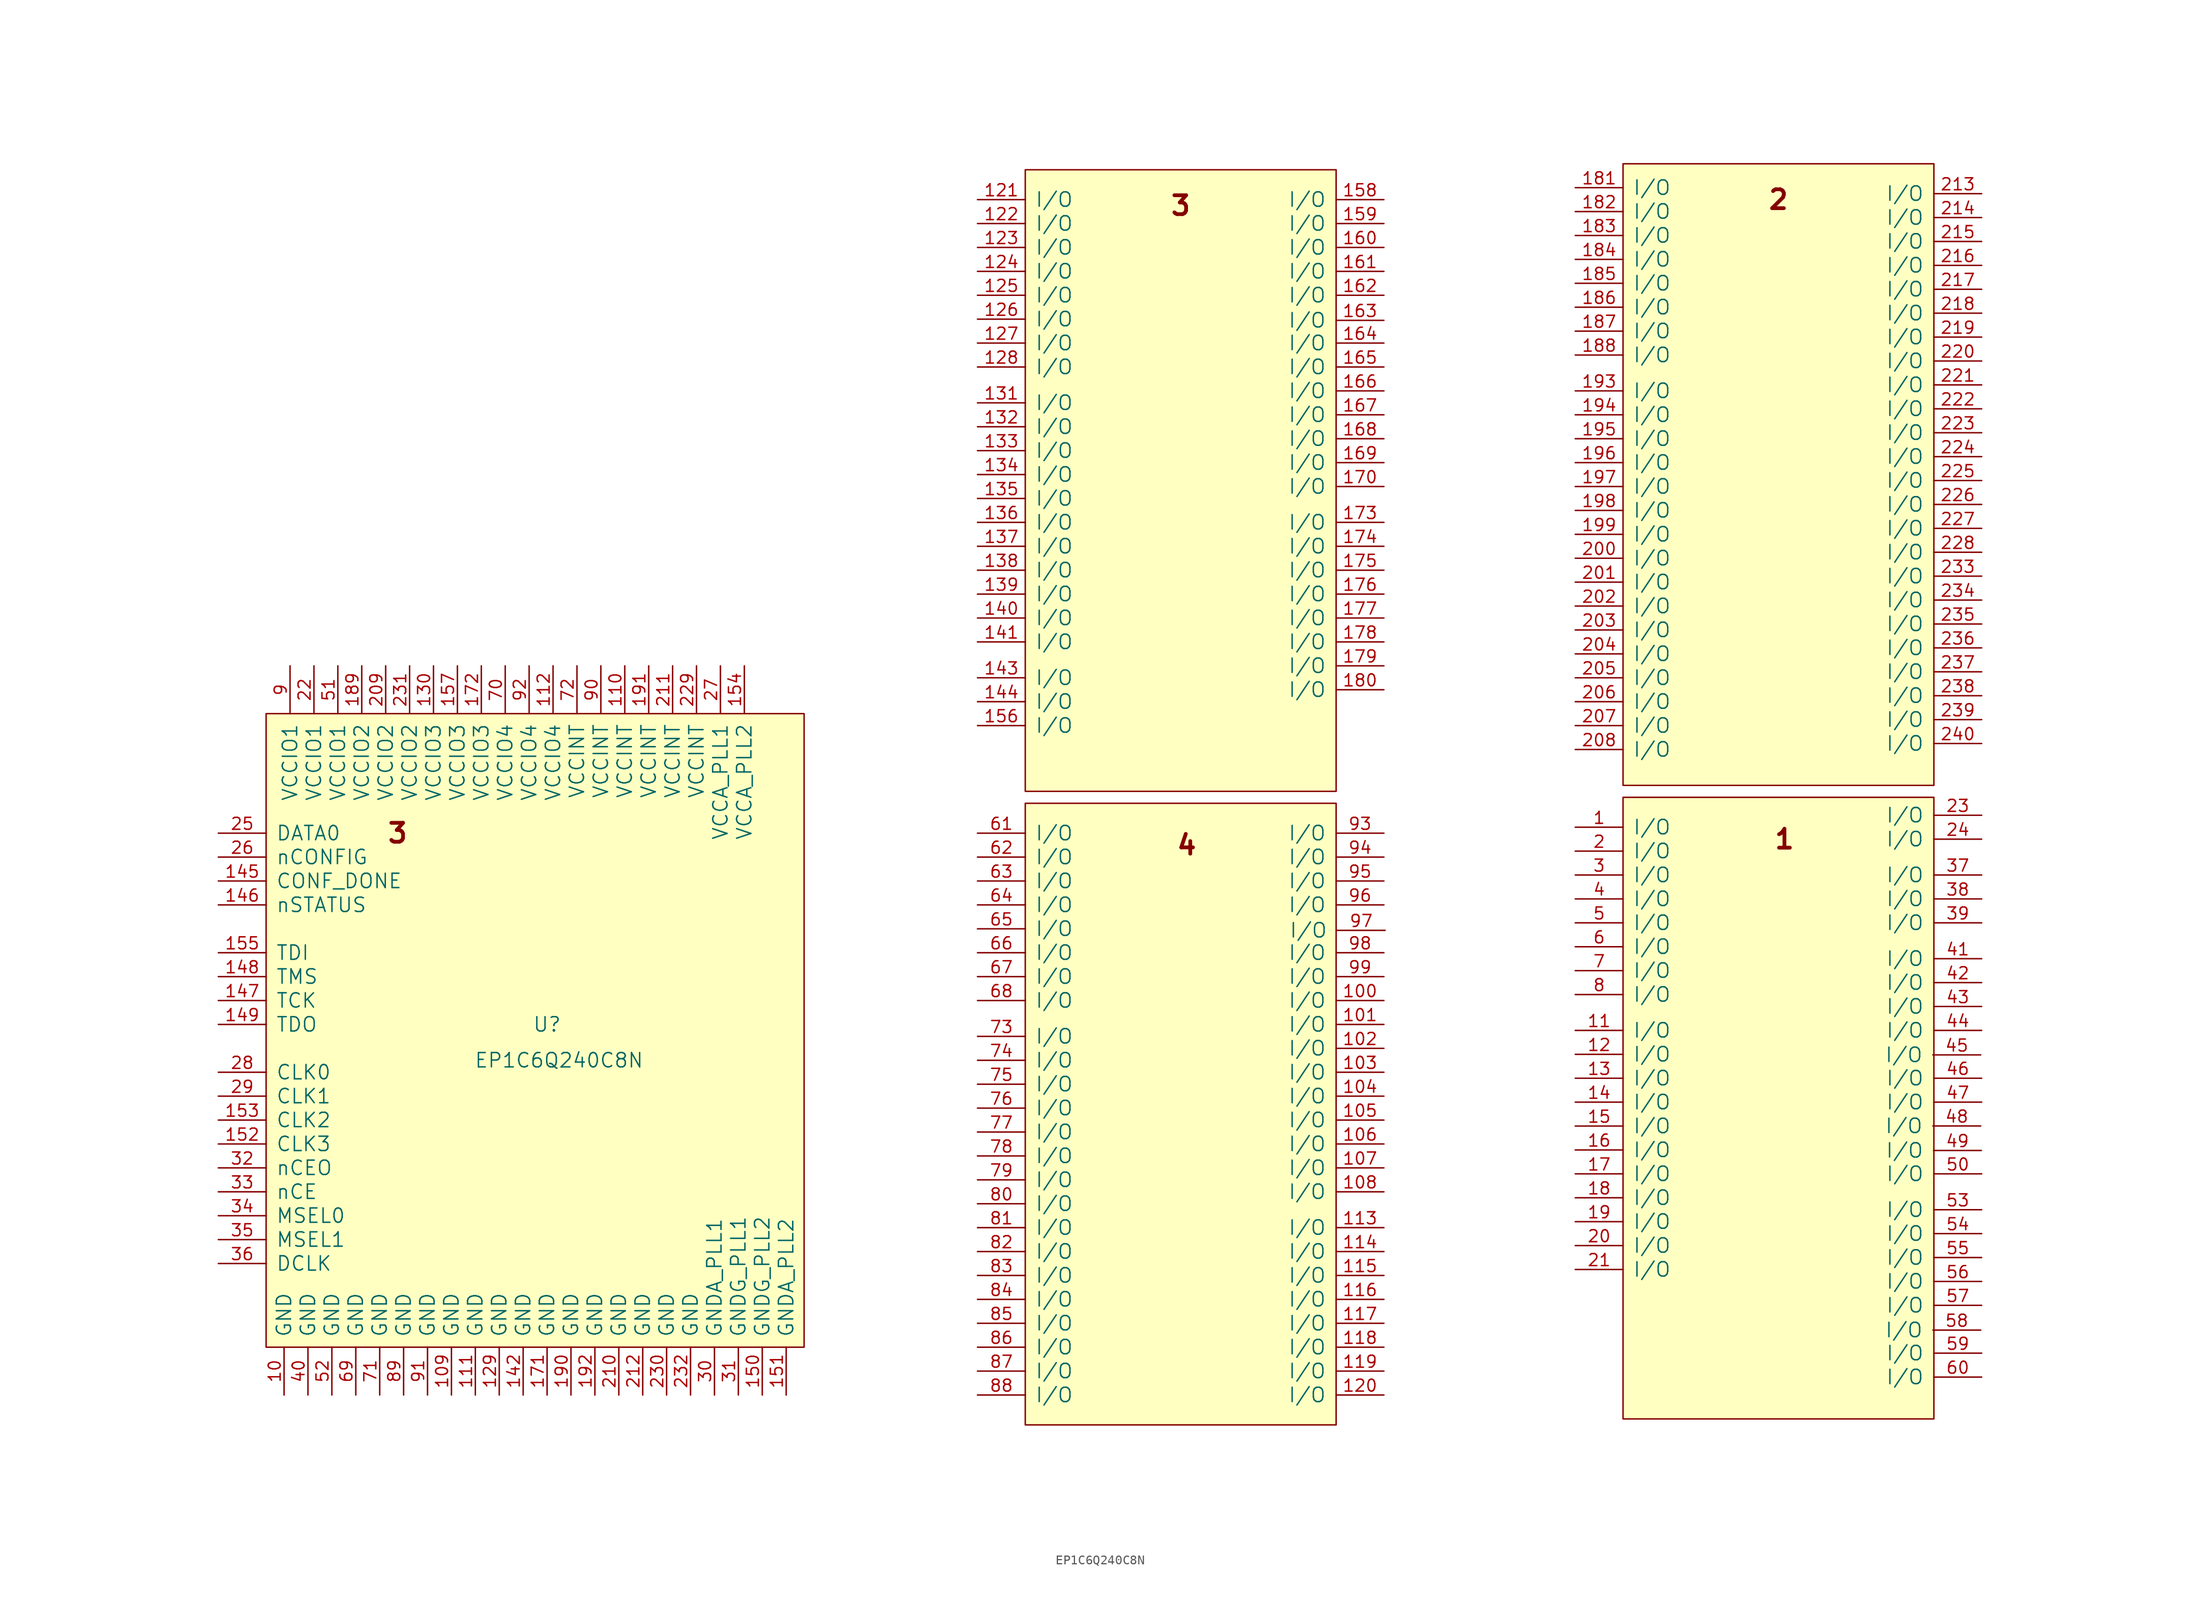
<source format=kicad_sym>
(kicad_symbol_lib
  (version 20211014)
  (generator kicad_symbol_editor)
  (symbol "EP1C6Q240C8N"
    (pin_names
      (offset 1.016))
    (property "Reference" "U"
      (at 6.985 11.43 0)
      (effects (font (size 1.524 1.524))))
    (property "Value" "EP1C6Q240C8N"
      (at 8.255 7.62 0)
      (effects (font (size 1.524 1.524))))
    (property "Footprint" ""
      (at -1.27 -19.05 0)
      (effects (font (size 1.524 1.524))))
    (symbol "EP1C6Q240C8N_0_0"
      (rectangle (start -22.86 44.45) (end 34.29 -22.86) (stroke (width 0) (type default) (color 0 0 0 0)) (fill (type background)))
      (rectangle (start 57.785 34.925) (end 90.805 -31.115) (stroke (width 0) (type default) (color 0 0 0 0)) (fill (type background)))
      (rectangle (start 57.785 102.235) (end 90.805 36.195) (stroke (width 0) (type default) (color 0 0 0 0)) (fill (type background)))
      (rectangle (start 121.285 35.56) (end 154.305 -30.48) (stroke (width 0) (type default) (color 0 0 0 0)) (fill (type background)))
      (rectangle (start 121.285 102.87) (end 154.305 36.83) (stroke (width 0) (type default) (color 0 0 0 0)) (fill (type background)))
      (text "" (at -15.875 -25.4 0) (effects (font (size 1.27 1.27))))
      (text "1" (at 138.43 31.115 0) (effects (font (size 2.007 2.007) bold)))
      (text "2" (at 137.795 99.06 0) (effects (font (size 2.007 2.007) bold)))
      (text "3" (at -8.89 31.75 0) (effects (font (size 2.007 2.007) bold)))
      (text "3" (at 74.295 98.425 0) (effects (font (size 2.007 2.007) bold)))
      (text "4" (at 74.93 30.48 0) (effects (font (size 2.007 2.007) bold))))
    (symbol "EP1C6Q240C8N_1_1"
      (pin bidirectional line (at 116.205 32.385 0) (length 5.08) (name "I/O" (effects (font (size 1.524 1.524)))) (number "1" (effects (font (size 1.27 1.27)))))
      (pin power_in line (at -20.955 -27.94 90) (length 5.08) (name "GND" (effects (font (size 1.524 1.524)))) (number "10" (effects (font (size 1.27 1.27)))))
      (pin bidirectional line (at 95.885 13.97 180) (length 5.08) (name "I/O" (effects (font (size 1.524 1.524)))) (number "100" (effects (font (size 1.27 1.27)))))
      (pin bidirectional line (at 95.885 11.43 180) (length 5.08) (name "I/O" (effects (font (size 1.524 1.524)))) (number "101" (effects (font (size 1.27 1.27)))))
      (pin bidirectional line (at 95.885 8.89 180) (length 5.08) (name "I/O" (effects (font (size 1.524 1.524)))) (number "102" (effects (font (size 1.27 1.27)))))
      (pin bidirectional line (at 95.885 6.35 180) (length 5.08) (name "I/O" (effects (font (size 1.524 1.524)))) (number "103" (effects (font (size 1.27 1.27)))))
      (pin bidirectional line (at 95.885 3.81 180) (length 5.08) (name "I/O" (effects (font (size 1.524 1.524)))) (number "104" (effects (font (size 1.27 1.27)))))
      (pin bidirectional line (at 95.885 1.27 180) (length 5.08) (name "I/O" (effects (font (size 1.524 1.524)))) (number "105" (effects (font (size 1.27 1.27)))))
      (pin bidirectional line (at 95.885 -1.27 180) (length 5.08) (name "I/O" (effects (font (size 1.524 1.524)))) (number "106" (effects (font (size 1.27 1.27)))))
      (pin bidirectional line (at 95.885 -3.81 180) (length 5.08) (name "I/O" (effects (font (size 1.524 1.524)))) (number "107" (effects (font (size 1.27 1.27)))))
      (pin bidirectional line (at 95.885 -6.35 180) (length 5.08) (name "I/O" (effects (font (size 1.524 1.524)))) (number "108" (effects (font (size 1.27 1.27)))))
      (pin power_in line (at -3.175 -27.94 90) (length 5.08) (name "GND" (effects (font (size 1.524 1.524)))) (number "109" (effects (font (size 1.27 1.27)))))
      (pin bidirectional line (at 116.205 10.795 0) (length 5.08) (name "I/O" (effects (font (size 1.524 1.524)))) (number "11" (effects (font (size 1.27 1.27)))))
      (pin power_in line (at 15.24 49.53 270) (length 5.08) (name "VCCINT" (effects (font (size 1.524 1.524)))) (number "110" (effects (font (size 1.27 1.27)))))
      (pin power_in line (at -0.635 -27.94 90) (length 5.08) (name "GND" (effects (font (size 1.524 1.524)))) (number "111" (effects (font (size 1.27 1.27)))))
      (pin power_in line (at 7.62 49.53 270) (length 5.08) (name "VCCIO4" (effects (font (size 1.524 1.524)))) (number "112" (effects (font (size 1.27 1.27)))))
      (pin bidirectional line (at 95.885 -10.16 180) (length 5.08) (name "I/O" (effects (font (size 1.524 1.524)))) (number "113" (effects (font (size 1.27 1.27)))))
      (pin bidirectional line (at 95.885 -12.7 180) (length 5.08) (name "I/O" (effects (font (size 1.524 1.524)))) (number "114" (effects (font (size 1.27 1.27)))))
      (pin bidirectional line (at 95.885 -15.24 180) (length 5.08) (name "I/O" (effects (font (size 1.524 1.524)))) (number "115" (effects (font (size 1.27 1.27)))))
      (pin bidirectional line (at 95.885 -17.78 180) (length 5.08) (name "I/O" (effects (font (size 1.524 1.524)))) (number "116" (effects (font (size 1.27 1.27)))))
      (pin bidirectional line (at 95.885 -20.32 180) (length 5.08) (name "I/O" (effects (font (size 1.524 1.524)))) (number "117" (effects (font (size 1.27 1.27)))))
      (pin bidirectional line (at 95.885 -22.86 180) (length 5.08) (name "I/O" (effects (font (size 1.524 1.524)))) (number "118" (effects (font (size 1.27 1.27)))))
      (pin bidirectional line (at 95.885 -25.4 180) (length 5.08) (name "I/O" (effects (font (size 1.524 1.524)))) (number "119" (effects (font (size 1.27 1.27)))))
      (pin bidirectional line (at 116.205 8.255 0) (length 5.08) (name "I/O" (effects (font (size 1.524 1.524)))) (number "12" (effects (font (size 1.27 1.27)))))
      (pin bidirectional line (at 95.885 -27.94 180) (length 5.08) (name "I/O" (effects (font (size 1.524 1.524)))) (number "120" (effects (font (size 1.27 1.27)))))
      (pin bidirectional line (at 52.705 99.06 0) (length 5.08) (name "I/O" (effects (font (size 1.524 1.524)))) (number "121" (effects (font (size 1.27 1.27)))))
      (pin bidirectional line (at 52.705 96.52 0) (length 5.08) (name "I/O" (effects (font (size 1.524 1.524)))) (number "122" (effects (font (size 1.27 1.27)))))
      (pin bidirectional line (at 52.705 93.98 0) (length 5.08) (name "I/O" (effects (font (size 1.524 1.524)))) (number "123" (effects (font (size 1.27 1.27)))))
      (pin bidirectional line (at 52.705 91.44 0) (length 5.08) (name "I/O" (effects (font (size 1.524 1.524)))) (number "124" (effects (font (size 1.27 1.27)))))
      (pin bidirectional line (at 52.705 88.9 0) (length 5.08) (name "I/O" (effects (font (size 1.524 1.524)))) (number "125" (effects (font (size 1.27 1.27)))))
      (pin bidirectional line (at 52.705 86.36 0) (length 5.08) (name "I/O" (effects (font (size 1.524 1.524)))) (number "126" (effects (font (size 1.27 1.27)))))
      (pin bidirectional line (at 52.705 83.82 0) (length 5.08) (name "I/O" (effects (font (size 1.524 1.524)))) (number "127" (effects (font (size 1.27 1.27)))))
      (pin bidirectional line (at 52.705 81.28 0) (length 5.08) (name "I/O" (effects (font (size 1.524 1.524)))) (number "128" (effects (font (size 1.27 1.27)))))
      (pin power_in line (at 1.905 -27.94 90) (length 5.08) (name "GND" (effects (font (size 1.524 1.524)))) (number "129" (effects (font (size 1.27 1.27)))))
      (pin bidirectional line (at 116.205 5.715 0) (length 5.08) (name "I/O" (effects (font (size 1.524 1.524)))) (number "13" (effects (font (size 1.27 1.27)))))
      (pin power_in line (at -5.08 49.53 270) (length 5.08) (name "VCCIO3" (effects (font (size 1.524 1.524)))) (number "130" (effects (font (size 1.27 1.27)))))
      (pin bidirectional line (at 52.705 77.47 0) (length 5.08) (name "I/O" (effects (font (size 1.524 1.524)))) (number "131" (effects (font (size 1.27 1.27)))))
      (pin bidirectional line (at 52.705 74.93 0) (length 5.08) (name "I/O" (effects (font (size 1.524 1.524)))) (number "132" (effects (font (size 1.27 1.27)))))
      (pin bidirectional line (at 52.705 72.39 0) (length 5.08) (name "I/O" (effects (font (size 1.524 1.524)))) (number "133" (effects (font (size 1.27 1.27)))))
      (pin bidirectional line (at 52.705 69.85 0) (length 5.08) (name "I/O" (effects (font (size 1.524 1.524)))) (number "134" (effects (font (size 1.27 1.27)))))
      (pin bidirectional line (at 52.705 67.31 0) (length 5.08) (name "I/O" (effects (font (size 1.524 1.524)))) (number "135" (effects (font (size 1.27 1.27)))))
      (pin bidirectional line (at 52.705 64.77 0) (length 5.08) (name "I/O" (effects (font (size 1.524 1.524)))) (number "136" (effects (font (size 1.27 1.27)))))
      (pin bidirectional line (at 52.705 62.23 0) (length 5.08) (name "I/O" (effects (font (size 1.524 1.524)))) (number "137" (effects (font (size 1.27 1.27)))))
      (pin bidirectional line (at 52.705 59.69 0) (length 5.08) (name "I/O" (effects (font (size 1.524 1.524)))) (number "138" (effects (font (size 1.27 1.27)))))
      (pin bidirectional line (at 52.705 57.15 0) (length 5.08) (name "I/O" (effects (font (size 1.524 1.524)))) (number "139" (effects (font (size 1.27 1.27)))))
      (pin bidirectional line (at 116.205 3.175 0) (length 5.08) (name "I/O" (effects (font (size 1.524 1.524)))) (number "14" (effects (font (size 1.27 1.27)))))
      (pin bidirectional line (at 52.705 54.61 0) (length 5.08) (name "I/O" (effects (font (size 1.524 1.524)))) (number "140" (effects (font (size 1.27 1.27)))))
      (pin bidirectional line (at 52.705 52.07 0) (length 5.08) (name "I/O" (effects (font (size 1.524 1.524)))) (number "141" (effects (font (size 1.27 1.27)))))
      (pin power_in line (at 4.445 -27.94 90) (length 5.08) (name "GND" (effects (font (size 1.524 1.524)))) (number "142" (effects (font (size 1.27 1.27)))))
      (pin bidirectional line (at 52.705 48.26 0) (length 5.08) (name "I/O" (effects (font (size 1.524 1.524)))) (number "143" (effects (font (size 1.27 1.27)))))
      (pin bidirectional line (at 52.705 45.72 0) (length 5.08) (name "I/O" (effects (font (size 1.524 1.524)))) (number "144" (effects (font (size 1.27 1.27)))))
      (pin bidirectional line (at -27.94 26.67 0) (length 5.08) (name "CONF_DONE" (effects (font (size 1.524 1.524)))) (number "145" (effects (font (size 1.27 1.27)))))
      (pin bidirectional line (at -27.94 24.13 0) (length 5.08) (name "nSTATUS" (effects (font (size 1.524 1.524)))) (number "146" (effects (font (size 1.27 1.27)))))
      (pin input line (at -27.94 13.97 0) (length 5.08) (name "TCK" (effects (font (size 1.524 1.524)))) (number "147" (effects (font (size 1.27 1.27)))))
      (pin input line (at -27.94 16.51 0) (length 5.08) (name "TMS" (effects (font (size 1.524 1.524)))) (number "148" (effects (font (size 1.27 1.27)))))
      (pin output line (at -27.94 11.43 0) (length 5.08) (name "TDO" (effects (font (size 1.524 1.524)))) (number "149" (effects (font (size 1.27 1.27)))))
      (pin bidirectional line (at 116.205 0.635 0) (length 5.08) (name "I/O" (effects (font (size 1.524 1.524)))) (number "15" (effects (font (size 1.27 1.27)))))
      (pin power_in line (at 29.845 -27.94 90) (length 5.08) (name "GNDG_PLL2" (effects (font (size 1.524 1.524)))) (number "150" (effects (font (size 1.27 1.27)))))
      (pin power_in line (at 32.385 -27.94 90) (length 5.08) (name "GNDA_PLL2" (effects (font (size 1.524 1.524)))) (number "151" (effects (font (size 1.27 1.27)))))
      (pin input line (at -27.94 -1.27 0) (length 5.08) (name "CLK3" (effects (font (size 1.524 1.524)))) (number "152" (effects (font (size 1.27 1.27)))))
      (pin input line (at -27.94 1.27 0) (length 5.08) (name "CLK2" (effects (font (size 1.524 1.524)))) (number "153" (effects (font (size 1.27 1.27)))))
      (pin power_in line (at 27.94 49.53 270) (length 5.08) (name "VCCA_PLL2" (effects (font (size 1.524 1.524)))) (number "154" (effects (font (size 1.27 1.27)))))
      (pin input line (at -27.94 19.05 0) (length 5.08) (name "TDI" (effects (font (size 1.524 1.524)))) (number "155" (effects (font (size 1.27 1.27)))))
      (pin bidirectional line (at 52.705 43.18 0) (length 5.08) (name "I/O" (effects (font (size 1.524 1.524)))) (number "156" (effects (font (size 1.27 1.27)))))
      (pin power_in line (at -2.54 49.53 270) (length 5.08) (name "VCCIO3" (effects (font (size 1.524 1.524)))) (number "157" (effects (font (size 1.27 1.27)))))
      (pin bidirectional line (at 95.885 99.06 180) (length 5.08) (name "I/O" (effects (font (size 1.524 1.524)))) (number "158" (effects (font (size 1.27 1.27)))))
      (pin bidirectional line (at 95.885 96.52 180) (length 5.08) (name "I/O" (effects (font (size 1.524 1.524)))) (number "159" (effects (font (size 1.27 1.27)))))
      (pin bidirectional line (at 116.205 -1.905 0) (length 5.08) (name "I/O" (effects (font (size 1.524 1.524)))) (number "16" (effects (font (size 1.27 1.27)))))
      (pin bidirectional line (at 95.885 93.98 180) (length 5.08) (name "I/O" (effects (font (size 1.524 1.524)))) (number "160" (effects (font (size 1.27 1.27)))))
      (pin bidirectional line (at 95.885 91.44 180) (length 5.08) (name "I/O" (effects (font (size 1.524 1.524)))) (number "161" (effects (font (size 1.27 1.27)))))
      (pin bidirectional line (at 95.885 88.9 180) (length 5.08) (name "I/O" (effects (font (size 1.524 1.524)))) (number "162" (effects (font (size 1.27 1.27)))))
      (pin bidirectional line (at 95.883 86.232 180) (length 5.08) (name "I/O" (effects (font (size 1.524 1.524)))) (number "163" (effects (font (size 1.27 1.27)))))
      (pin bidirectional line (at 95.885 83.82 180) (length 5.08) (name "I/O" (effects (font (size 1.524 1.524)))) (number "164" (effects (font (size 1.27 1.27)))))
      (pin bidirectional line (at 95.885 81.28 180) (length 5.08) (name "I/O" (effects (font (size 1.524 1.524)))) (number "165" (effects (font (size 1.27 1.27)))))
      (pin bidirectional line (at 95.885 78.74 180) (length 5.08) (name "I/O" (effects (font (size 1.524 1.524)))) (number "166" (effects (font (size 1.27 1.27)))))
      (pin bidirectional line (at 95.885 76.2 180) (length 5.08) (name "I/O" (effects (font (size 1.524 1.524)))) (number "167" (effects (font (size 1.27 1.27)))))
      (pin bidirectional line (at 95.885 73.66 180) (length 5.08) (name "I/O" (effects (font (size 1.524 1.524)))) (number "168" (effects (font (size 1.27 1.27)))))
      (pin bidirectional line (at 95.885 71.12 180) (length 5.08) (name "I/O" (effects (font (size 1.524 1.524)))) (number "169" (effects (font (size 1.27 1.27)))))
      (pin bidirectional line (at 116.205 -4.445 0) (length 5.08) (name "I/O" (effects (font (size 1.524 1.524)))) (number "17" (effects (font (size 1.27 1.27)))))
      (pin bidirectional line (at 95.885 68.58 180) (length 5.08) (name "I/O" (effects (font (size 1.524 1.524)))) (number "170" (effects (font (size 1.27 1.27)))))
      (pin power_in line (at 6.985 -27.94 90) (length 5.08) (name "GND" (effects (font (size 1.524 1.524)))) (number "171" (effects (font (size 1.27 1.27)))))
      (pin power_in line (at 0 49.53 270) (length 5.08) (name "VCCIO3" (effects (font (size 1.524 1.524)))) (number "172" (effects (font (size 1.27 1.27)))))
      (pin bidirectional line (at 95.885 64.77 180) (length 5.08) (name "I/O" (effects (font (size 1.524 1.524)))) (number "173" (effects (font (size 1.27 1.27)))))
      (pin bidirectional line (at 95.885 62.23 180) (length 5.08) (name "I/O" (effects (font (size 1.524 1.524)))) (number "174" (effects (font (size 1.27 1.27)))))
      (pin bidirectional line (at 95.885 59.69 180) (length 5.08) (name "I/O" (effects (font (size 1.524 1.524)))) (number "175" (effects (font (size 1.27 1.27)))))
      (pin bidirectional line (at 95.885 57.15 180) (length 5.08) (name "I/O" (effects (font (size 1.524 1.524)))) (number "176" (effects (font (size 1.27 1.27)))))
      (pin bidirectional line (at 95.885 54.61 180) (length 5.08) (name "I/O" (effects (font (size 1.524 1.524)))) (number "177" (effects (font (size 1.27 1.27)))))
      (pin bidirectional line (at 95.885 52.07 180) (length 5.08) (name "I/O" (effects (font (size 1.524 1.524)))) (number "178" (effects (font (size 1.27 1.27)))))
      (pin bidirectional line (at 95.885 49.53 180) (length 5.08) (name "I/O" (effects (font (size 1.524 1.524)))) (number "179" (effects (font (size 1.27 1.27)))))
      (pin bidirectional line (at 116.205 -6.985 0) (length 5.08) (name "I/O" (effects (font (size 1.524 1.524)))) (number "18" (effects (font (size 1.27 1.27)))))
      (pin bidirectional line (at 95.885 46.99 180) (length 5.08) (name "I/O" (effects (font (size 1.524 1.524)))) (number "180" (effects (font (size 1.27 1.27)))))
      (pin bidirectional line (at 116.205 100.33 0) (length 5.08) (name "I/O" (effects (font (size 1.524 1.524)))) (number "181" (effects (font (size 1.27 1.27)))))
      (pin bidirectional line (at 116.205 97.79 0) (length 5.08) (name "I/O" (effects (font (size 1.524 1.524)))) (number "182" (effects (font (size 1.27 1.27)))))
      (pin bidirectional line (at 116.205 95.25 0) (length 5.08) (name "I/O" (effects (font (size 1.524 1.524)))) (number "183" (effects (font (size 1.27 1.27)))))
      (pin bidirectional line (at 116.205 92.71 0) (length 5.08) (name "I/O" (effects (font (size 1.524 1.524)))) (number "184" (effects (font (size 1.27 1.27)))))
      (pin bidirectional line (at 116.205 90.17 0) (length 5.08) (name "I/O" (effects (font (size 1.524 1.524)))) (number "185" (effects (font (size 1.27 1.27)))))
      (pin bidirectional line (at 116.205 87.63 0) (length 5.08) (name "I/O" (effects (font (size 1.524 1.524)))) (number "186" (effects (font (size 1.27 1.27)))))
      (pin bidirectional line (at 116.205 85.09 0) (length 5.08) (name "I/O" (effects (font (size 1.524 1.524)))) (number "187" (effects (font (size 1.27 1.27)))))
      (pin bidirectional line (at 116.205 82.55 0) (length 5.08) (name "I/O" (effects (font (size 1.524 1.524)))) (number "188" (effects (font (size 1.27 1.27)))))
      (pin power_in line (at -12.7 49.53 270) (length 5.08) (name "VCCIO2" (effects (font (size 1.524 1.524)))) (number "189" (effects (font (size 1.27 1.27)))))
      (pin bidirectional line (at 116.205 -9.525 0) (length 5.08) (name "I/O" (effects (font (size 1.524 1.524)))) (number "19" (effects (font (size 1.27 1.27)))))
      (pin power_in line (at 9.525 -27.94 90) (length 5.08) (name "GND" (effects (font (size 1.524 1.524)))) (number "190" (effects (font (size 1.27 1.27)))))
      (pin power_in line (at 17.78 49.53 270) (length 5.08) (name "VCCINT" (effects (font (size 1.524 1.524)))) (number "191" (effects (font (size 1.27 1.27)))))
      (pin power_in line (at 12.065 -27.94 90) (length 5.08) (name "GND" (effects (font (size 1.524 1.524)))) (number "192" (effects (font (size 1.27 1.27)))))
      (pin bidirectional line (at 116.205 78.74 0) (length 5.08) (name "I/O" (effects (font (size 1.524 1.524)))) (number "193" (effects (font (size 1.27 1.27)))))
      (pin bidirectional line (at 116.205 76.2 0) (length 5.08) (name "I/O" (effects (font (size 1.524 1.524)))) (number "194" (effects (font (size 1.27 1.27)))))
      (pin bidirectional line (at 116.205 73.66 0) (length 5.08) (name "I/O" (effects (font (size 1.524 1.524)))) (number "195" (effects (font (size 1.27 1.27)))))
      (pin bidirectional line (at 116.205 71.12 0) (length 5.08) (name "I/O" (effects (font (size 1.524 1.524)))) (number "196" (effects (font (size 1.27 1.27)))))
      (pin bidirectional line (at 116.205 68.58 0) (length 5.08) (name "I/O" (effects (font (size 1.524 1.524)))) (number "197" (effects (font (size 1.27 1.27)))))
      (pin bidirectional line (at 116.205 66.04 0) (length 5.08) (name "I/O" (effects (font (size 1.524 1.524)))) (number "198" (effects (font (size 1.27 1.27)))))
      (pin bidirectional line (at 116.205 63.5 0) (length 5.08) (name "I/O" (effects (font (size 1.524 1.524)))) (number "199" (effects (font (size 1.27 1.27)))))
      (pin bidirectional line (at 116.205 29.845 0) (length 5.08) (name "I/O" (effects (font (size 1.524 1.524)))) (number "2" (effects (font (size 1.27 1.27)))))
      (pin bidirectional line (at 116.205 -12.065 0) (length 5.08) (name "I/O" (effects (font (size 1.524 1.524)))) (number "20" (effects (font (size 1.27 1.27)))))
      (pin bidirectional line (at 116.205 60.96 0) (length 5.08) (name "I/O" (effects (font (size 1.524 1.524)))) (number "200" (effects (font (size 1.27 1.27)))))
      (pin bidirectional line (at 116.205 58.42 0) (length 5.08) (name "I/O" (effects (font (size 1.524 1.524)))) (number "201" (effects (font (size 1.27 1.27)))))
      (pin bidirectional line (at 116.205 55.88 0) (length 5.08) (name "I/O" (effects (font (size 1.524 1.524)))) (number "202" (effects (font (size 1.27 1.27)))))
      (pin bidirectional line (at 116.205 53.34 0) (length 5.08) (name "I/O" (effects (font (size 1.524 1.524)))) (number "203" (effects (font (size 1.27 1.27)))))
      (pin bidirectional line (at 116.205 50.8 0) (length 5.08) (name "I/O" (effects (font (size 1.524 1.524)))) (number "204" (effects (font (size 1.27 1.27)))))
      (pin bidirectional line (at 116.205 48.26 0) (length 5.08) (name "I/O" (effects (font (size 1.524 1.524)))) (number "205" (effects (font (size 1.27 1.27)))))
      (pin bidirectional line (at 116.205 45.72 0) (length 5.08) (name "I/O" (effects (font (size 1.524 1.524)))) (number "206" (effects (font (size 1.27 1.27)))))
      (pin bidirectional line (at 116.205 43.18 0) (length 5.08) (name "I/O" (effects (font (size 1.524 1.524)))) (number "207" (effects (font (size 1.27 1.27)))))
      (pin bidirectional line (at 116.205 40.64 0) (length 5.08) (name "I/O" (effects (font (size 1.524 1.524)))) (number "208" (effects (font (size 1.27 1.27)))))
      (pin power_in line (at -10.16 49.53 270) (length 5.08) (name "VCCIO2" (effects (font (size 1.524 1.524)))) (number "209" (effects (font (size 1.27 1.27)))))
      (pin bidirectional line (at 116.205 -14.605 0) (length 5.08) (name "I/O" (effects (font (size 1.524 1.524)))) (number "21" (effects (font (size 1.27 1.27)))))
      (pin power_in line (at 14.605 -27.94 90) (length 5.08) (name "GND" (effects (font (size 1.524 1.524)))) (number "210" (effects (font (size 1.27 1.27)))))
      (pin power_in line (at 20.32 49.53 270) (length 5.08) (name "VCCINT" (effects (font (size 1.524 1.524)))) (number "211" (effects (font (size 1.27 1.27)))))
      (pin power_in line (at 17.145 -27.94 90) (length 5.08) (name "GND" (effects (font (size 1.524 1.524)))) (number "212" (effects (font (size 1.27 1.27)))))
      (pin bidirectional line (at 159.385 99.695 180) (length 5.08) (name "I/O" (effects (font (size 1.524 1.524)))) (number "213" (effects (font (size 1.27 1.27)))))
      (pin bidirectional line (at 159.385 97.155 180) (length 5.08) (name "I/O" (effects (font (size 1.524 1.524)))) (number "214" (effects (font (size 1.27 1.27)))))
      (pin bidirectional line (at 159.385 94.615 180) (length 5.08) (name "I/O" (effects (font (size 1.524 1.524)))) (number "215" (effects (font (size 1.27 1.27)))))
      (pin bidirectional line (at 159.385 92.075 180) (length 5.08) (name "I/O" (effects (font (size 1.524 1.524)))) (number "216" (effects (font (size 1.27 1.27)))))
      (pin bidirectional line (at 159.385 89.535 180) (length 5.08) (name "I/O" (effects (font (size 1.524 1.524)))) (number "217" (effects (font (size 1.27 1.27)))))
      (pin bidirectional line (at 159.385 86.995 180) (length 5.08) (name "I/O" (effects (font (size 1.524 1.524)))) (number "218" (effects (font (size 1.27 1.27)))))
      (pin bidirectional line (at 159.385 84.455 180) (length 5.08) (name "I/O" (effects (font (size 1.524 1.524)))) (number "219" (effects (font (size 1.27 1.27)))))
      (pin power_in line (at -17.78 49.53 270) (length 5.08) (name "VCCIO1" (effects (font (size 1.524 1.524)))) (number "22" (effects (font (size 1.27 1.27)))))
      (pin bidirectional line (at 159.385 81.915 180) (length 5.08) (name "I/O" (effects (font (size 1.524 1.524)))) (number "220" (effects (font (size 1.27 1.27)))))
      (pin bidirectional line (at 159.385 79.375 180) (length 5.08) (name "I/O" (effects (font (size 1.524 1.524)))) (number "221" (effects (font (size 1.27 1.27)))))
      (pin bidirectional line (at 159.385 76.835 180) (length 5.08) (name "I/O" (effects (font (size 1.524 1.524)))) (number "222" (effects (font (size 1.27 1.27)))))
      (pin bidirectional line (at 159.385 74.295 180) (length 5.08) (name "I/O" (effects (font (size 1.524 1.524)))) (number "223" (effects (font (size 1.27 1.27)))))
      (pin bidirectional line (at 159.385 71.755 180) (length 5.08) (name "I/O" (effects (font (size 1.524 1.524)))) (number "224" (effects (font (size 1.27 1.27)))))
      (pin bidirectional line (at 159.385 69.215 180) (length 5.08) (name "I/O" (effects (font (size 1.524 1.524)))) (number "225" (effects (font (size 1.27 1.27)))))
      (pin bidirectional line (at 159.385 66.675 180) (length 5.08) (name "I/O" (effects (font (size 1.524 1.524)))) (number "226" (effects (font (size 1.27 1.27)))))
      (pin bidirectional line (at 159.385 64.135 180) (length 5.08) (name "I/O" (effects (font (size 1.524 1.524)))) (number "227" (effects (font (size 1.27 1.27)))))
      (pin bidirectional line (at 159.385 61.595 180) (length 5.08) (name "I/O" (effects (font (size 1.524 1.524)))) (number "228" (effects (font (size 1.27 1.27)))))
      (pin power_in line (at 22.86 49.53 270) (length 5.08) (name "VCCINT" (effects (font (size 1.524 1.524)))) (number "229" (effects (font (size 1.27 1.27)))))
      (pin bidirectional line (at 159.385 33.655 180) (length 5.08) (name "I/O" (effects (font (size 1.524 1.524)))) (number "23" (effects (font (size 1.27 1.27)))))
      (pin power_in line (at 19.685 -27.94 90) (length 5.08) (name "GND" (effects (font (size 1.524 1.524)))) (number "230" (effects (font (size 1.27 1.27)))))
      (pin power_in line (at -7.62 49.53 270) (length 5.08) (name "VCCIO2" (effects (font (size 1.524 1.524)))) (number "231" (effects (font (size 1.27 1.27)))))
      (pin power_in line (at 22.225 -27.94 90) (length 5.08) (name "GND" (effects (font (size 1.524 1.524)))) (number "232" (effects (font (size 1.27 1.27)))))
      (pin bidirectional line (at 159.385 59.055 180) (length 5.08) (name "I/O" (effects (font (size 1.524 1.524)))) (number "233" (effects (font (size 1.27 1.27)))))
      (pin bidirectional line (at 159.385 56.515 180) (length 5.08) (name "I/O" (effects (font (size 1.524 1.524)))) (number "234" (effects (font (size 1.27 1.27)))))
      (pin bidirectional line (at 159.385 53.975 180) (length 5.08) (name "I/O" (effects (font (size 1.524 1.524)))) (number "235" (effects (font (size 1.27 1.27)))))
      (pin bidirectional line (at 159.385 51.435 180) (length 5.08) (name "I/O" (effects (font (size 1.524 1.524)))) (number "236" (effects (font (size 1.27 1.27)))))
      (pin bidirectional line (at 159.385 48.895 180) (length 5.08) (name "I/O" (effects (font (size 1.524 1.524)))) (number "237" (effects (font (size 1.27 1.27)))))
      (pin bidirectional line (at 159.385 46.355 180) (length 5.08) (name "I/O" (effects (font (size 1.524 1.524)))) (number "238" (effects (font (size 1.27 1.27)))))
      (pin bidirectional line (at 159.385 43.815 180) (length 5.08) (name "I/O" (effects (font (size 1.524 1.524)))) (number "239" (effects (font (size 1.27 1.27)))))
      (pin bidirectional line (at 159.385 31.115 180) (length 5.08) (name "I/O" (effects (font (size 1.524 1.524)))) (number "24" (effects (font (size 1.27 1.27)))))
      (pin bidirectional line (at 159.385 41.275 180) (length 5.08) (name "I/O" (effects (font (size 1.524 1.524)))) (number "240" (effects (font (size 1.27 1.27)))))
      (pin input line (at -27.94 31.75 0) (length 5.08) (name "DATA0" (effects (font (size 1.524 1.524)))) (number "25" (effects (font (size 1.27 1.27)))))
      (pin input line (at -27.94 29.21 0) (length 5.08) (name "nCONFIG" (effects (font (size 1.524 1.524)))) (number "26" (effects (font (size 1.27 1.27)))))
      (pin power_in line (at 25.4 49.53 270) (length 5.08) (name "VCCA_PLL1" (effects (font (size 1.524 1.524)))) (number "27" (effects (font (size 1.27 1.27)))))
      (pin input line (at -27.94 6.35 0) (length 5.08) (name "CLK0" (effects (font (size 1.524 1.524)))) (number "28" (effects (font (size 1.27 1.27)))))
      (pin input line (at -27.94 3.81 0) (length 5.08) (name "CLK1" (effects (font (size 1.524 1.524)))) (number "29" (effects (font (size 1.27 1.27)))))
      (pin bidirectional line (at 116.205 27.305 0) (length 5.08) (name "I/O" (effects (font (size 1.524 1.524)))) (number "3" (effects (font (size 1.27 1.27)))))
      (pin power_in line (at 24.765 -27.94 90) (length 5.08) (name "GNDA_PLL1" (effects (font (size 1.524 1.524)))) (number "30" (effects (font (size 1.27 1.27)))))
      (pin power_in line (at 27.305 -27.94 90) (length 5.08) (name "GNDG_PLL1" (effects (font (size 1.524 1.524)))) (number "31" (effects (font (size 1.27 1.27)))))
      (pin input line (at -27.94 -3.81 0) (length 5.08) (name "nCEO" (effects (font (size 1.524 1.524)))) (number "32" (effects (font (size 1.27 1.27)))))
      (pin input line (at -27.94 -6.35 0) (length 5.08) (name "nCE" (effects (font (size 1.524 1.524)))) (number "33" (effects (font (size 1.27 1.27)))))
      (pin input line (at -27.94 -8.89 0) (length 5.08) (name "MSEL0" (effects (font (size 1.524 1.524)))) (number "34" (effects (font (size 1.27 1.27)))))
      (pin input line (at -27.94 -11.43 0) (length 5.08) (name "MSEL1" (effects (font (size 1.524 1.524)))) (number "35" (effects (font (size 1.27 1.27)))))
      (pin bidirectional line (at -27.94 -13.97 0) (length 5.08) (name "DCLK" (effects (font (size 1.524 1.524)))) (number "36" (effects (font (size 1.27 1.27)))))
      (pin bidirectional line (at 159.385 27.305 180) (length 5.08) (name "I/O" (effects (font (size 1.524 1.524)))) (number "37" (effects (font (size 1.27 1.27)))))
      (pin bidirectional line (at 159.385 24.765 180) (length 5.08) (name "I/O" (effects (font (size 1.524 1.524)))) (number "38" (effects (font (size 1.27 1.27)))))
      (pin bidirectional line (at 159.385 22.225 180) (length 5.08) (name "I/O" (effects (font (size 1.524 1.524)))) (number "39" (effects (font (size 1.27 1.27)))))
      (pin bidirectional line (at 116.205 24.765 0) (length 5.08) (name "I/O" (effects (font (size 1.524 1.524)))) (number "4" (effects (font (size 1.27 1.27)))))
      (pin power_in line (at -18.415 -27.94 90) (length 5.08) (name "GND" (effects (font (size 1.524 1.524)))) (number "40" (effects (font (size 1.27 1.27)))))
      (pin bidirectional line (at 159.385 18.415 180) (length 5.08) (name "I/O" (effects (font (size 1.524 1.524)))) (number "41" (effects (font (size 1.27 1.27)))))
      (pin bidirectional line (at 159.385 15.875 180) (length 5.08) (name "I/O" (effects (font (size 1.524 1.524)))) (number "42" (effects (font (size 1.27 1.27)))))
      (pin bidirectional line (at 159.385 13.335 180) (length 5.08) (name "I/O" (effects (font (size 1.524 1.524)))) (number "43" (effects (font (size 1.27 1.27)))))
      (pin bidirectional line (at 159.385 10.795 180) (length 5.08) (name "I/O" (effects (font (size 1.524 1.524)))) (number "44" (effects (font (size 1.27 1.27)))))
      (pin bidirectional line (at 159.281 8.193 180) (length 5.08) (name "I/O" (effects (font (size 1.524 1.524)))) (number "45" (effects (font (size 1.27 1.27)))))
      (pin bidirectional line (at 159.385 5.715 180) (length 5.08) (name "I/O" (effects (font (size 1.524 1.524)))) (number "46" (effects (font (size 1.27 1.27)))))
      (pin bidirectional line (at 159.385 3.175 180) (length 5.08) (name "I/O" (effects (font (size 1.524 1.524)))) (number "47" (effects (font (size 1.27 1.27)))))
      (pin bidirectional line (at 159.281 0.646 180) (length 5.08) (name "I/O" (effects (font (size 1.524 1.524)))) (number "48" (effects (font (size 1.27 1.27)))))
      (pin bidirectional line (at 159.35 -1.961 180) (length 5.08) (name "I/O" (effects (font (size 1.524 1.524)))) (number "49" (effects (font (size 1.27 1.27)))))
      (pin bidirectional line (at 116.205 22.225 0) (length 5.08) (name "I/O" (effects (font (size 1.524 1.524)))) (number "5" (effects (font (size 1.27 1.27)))))
      (pin bidirectional line (at 159.385 -4.445 180) (length 5.08) (name "I/O" (effects (font (size 1.524 1.524)))) (number "50" (effects (font (size 1.27 1.27)))))
      (pin power_in line (at -15.24 49.53 270) (length 5.08) (name "VCCIO1" (effects (font (size 1.524 1.524)))) (number "51" (effects (font (size 1.27 1.27)))))
      (pin power_in line (at -15.875 -27.94 90) (length 5.08) (name "GND" (effects (font (size 1.524 1.524)))) (number "52" (effects (font (size 1.27 1.27)))))
      (pin bidirectional line (at 159.385 -8.255 180) (length 5.08) (name "I/O" (effects (font (size 1.524 1.524)))) (number "53" (effects (font (size 1.27 1.27)))))
      (pin bidirectional line (at 159.385 -10.795 180) (length 5.08) (name "I/O" (effects (font (size 1.524 1.524)))) (number "54" (effects (font (size 1.27 1.27)))))
      (pin bidirectional line (at 159.385 -13.335 180) (length 5.08) (name "I/O" (effects (font (size 1.524 1.524)))) (number "55" (effects (font (size 1.27 1.27)))))
      (pin bidirectional line (at 159.385 -15.875 180) (length 5.08) (name "I/O" (effects (font (size 1.524 1.524)))) (number "56" (effects (font (size 1.27 1.27)))))
      (pin bidirectional line (at 159.385 -18.415 180) (length 5.08) (name "I/O" (effects (font (size 1.524 1.524)))) (number "57" (effects (font (size 1.27 1.27)))))
      (pin bidirectional line (at 159.282 -21.044 180) (length 5.08) (name "I/O" (effects (font (size 1.524 1.524)))) (number "58" (effects (font (size 1.27 1.27)))))
      (pin bidirectional line (at 159.385 -23.495 180) (length 5.08) (name "I/O" (effects (font (size 1.524 1.524)))) (number "59" (effects (font (size 1.27 1.27)))))
      (pin bidirectional line (at 116.205 19.685 0) (length 5.08) (name "I/O" (effects (font (size 1.524 1.524)))) (number "6" (effects (font (size 1.27 1.27)))))
      (pin bidirectional line (at 159.385 -26.035 180) (length 5.08) (name "I/O" (effects (font (size 1.524 1.524)))) (number "60" (effects (font (size 1.27 1.27)))))
      (pin bidirectional line (at 52.705 31.75 0) (length 5.08) (name "I/O" (effects (font (size 1.524 1.524)))) (number "61" (effects (font (size 1.27 1.27)))))
      (pin bidirectional line (at 52.705 29.21 0) (length 5.08) (name "I/O" (effects (font (size 1.524 1.524)))) (number "62" (effects (font (size 1.27 1.27)))))
      (pin bidirectional line (at 52.705 26.67 0) (length 5.08) (name "I/O" (effects (font (size 1.524 1.524)))) (number "63" (effects (font (size 1.27 1.27)))))
      (pin bidirectional line (at 52.705 24.13 0) (length 5.08) (name "I/O" (effects (font (size 1.524 1.524)))) (number "64" (effects (font (size 1.27 1.27)))))
      (pin bidirectional line (at 52.705 21.59 0) (length 5.08) (name "I/O" (effects (font (size 1.524 1.524)))) (number "65" (effects (font (size 1.27 1.27)))))
      (pin bidirectional line (at 52.705 19.05 0) (length 5.08) (name "I/O" (effects (font (size 1.524 1.524)))) (number "66" (effects (font (size 1.27 1.27)))))
      (pin bidirectional line (at 52.705 16.51 0) (length 5.08) (name "I/O" (effects (font (size 1.524 1.524)))) (number "67" (effects (font (size 1.27 1.27)))))
      (pin bidirectional line (at 52.705 13.97 0) (length 5.08) (name "I/O" (effects (font (size 1.524 1.524)))) (number "68" (effects (font (size 1.27 1.27)))))
      (pin power_in line (at -13.335 -27.94 90) (length 5.08) (name "GND" (effects (font (size 1.524 1.524)))) (number "69" (effects (font (size 1.27 1.27)))))
      (pin bidirectional line (at 116.205 17.145 0) (length 5.08) (name "I/O" (effects (font (size 1.524 1.524)))) (number "7" (effects (font (size 1.27 1.27)))))
      (pin power_in line (at 2.54 49.53 270) (length 5.08) (name "VCCIO4" (effects (font (size 1.524 1.524)))) (number "70" (effects (font (size 1.27 1.27)))))
      (pin power_in line (at -10.795 -27.94 90) (length 5.08) (name "GND" (effects (font (size 1.524 1.524)))) (number "71" (effects (font (size 1.27 1.27)))))
      (pin power_in line (at 10.16 49.53 270) (length 5.08) (name "VCCINT" (effects (font (size 1.524 1.524)))) (number "72" (effects (font (size 1.27 1.27)))))
      (pin bidirectional line (at 52.705 10.16 0) (length 5.08) (name "I/O" (effects (font (size 1.524 1.524)))) (number "73" (effects (font (size 1.27 1.27)))))
      (pin bidirectional line (at 52.705 7.62 0) (length 5.08) (name "I/O" (effects (font (size 1.524 1.524)))) (number "74" (effects (font (size 1.27 1.27)))))
      (pin bidirectional line (at 52.705 5.08 0) (length 5.08) (name "I/O" (effects (font (size 1.524 1.524)))) (number "75" (effects (font (size 1.27 1.27)))))
      (pin bidirectional line (at 52.705 2.54 0) (length 5.08) (name "I/O" (effects (font (size 1.524 1.524)))) (number "76" (effects (font (size 1.27 1.27)))))
      (pin bidirectional line (at 52.705 0 0) (length 5.08) (name "I/O" (effects (font (size 1.524 1.524)))) (number "77" (effects (font (size 1.27 1.27)))))
      (pin bidirectional line (at 52.705 -2.54 0) (length 5.08) (name "I/O" (effects (font (size 1.524 1.524)))) (number "78" (effects (font (size 1.27 1.27)))))
      (pin bidirectional line (at 52.705 -5.08 0) (length 5.08) (name "I/O" (effects (font (size 1.524 1.524)))) (number "79" (effects (font (size 1.27 1.27)))))
      (pin bidirectional line (at 116.205 14.605 0) (length 5.08) (name "I/O" (effects (font (size 1.524 1.524)))) (number "8" (effects (font (size 1.27 1.27)))))
      (pin bidirectional line (at 52.705 -7.62 0) (length 5.08) (name "I/O" (effects (font (size 1.524 1.524)))) (number "80" (effects (font (size 1.27 1.27)))))
      (pin bidirectional line (at 52.705 -10.16 0) (length 5.08) (name "I/O" (effects (font (size 1.524 1.524)))) (number "81" (effects (font (size 1.27 1.27)))))
      (pin bidirectional line (at 52.705 -12.7 0) (length 5.08) (name "I/O" (effects (font (size 1.524 1.524)))) (number "82" (effects (font (size 1.27 1.27)))))
      (pin bidirectional line (at 52.705 -15.24 0) (length 5.08) (name "I/O" (effects (font (size 1.524 1.524)))) (number "83" (effects (font (size 1.27 1.27)))))
      (pin bidirectional line (at 52.705 -17.78 0) (length 5.08) (name "I/O" (effects (font (size 1.524 1.524)))) (number "84" (effects (font (size 1.27 1.27)))))
      (pin bidirectional line (at 52.705 -20.32 0) (length 5.08) (name "I/O" (effects (font (size 1.524 1.524)))) (number "85" (effects (font (size 1.27 1.27)))))
      (pin bidirectional line (at 52.705 -22.86 0) (length 5.08) (name "I/O" (effects (font (size 1.524 1.524)))) (number "86" (effects (font (size 1.27 1.27)))))
      (pin bidirectional line (at 52.705 -25.4 0) (length 5.08) (name "I/O" (effects (font (size 1.524 1.524)))) (number "87" (effects (font (size 1.27 1.27)))))
      (pin bidirectional line (at 52.705 -27.94 0) (length 5.08) (name "I/O" (effects (font (size 1.524 1.524)))) (number "88" (effects (font (size 1.27 1.27)))))
      (pin power_in line (at -8.255 -27.94 90) (length 5.08) (name "GND" (effects (font (size 1.524 1.524)))) (number "89" (effects (font (size 1.27 1.27)))))
      (pin power_in line (at -20.32 49.53 270) (length 5.08) (name "VCCIO1" (effects (font (size 1.524 1.524)))) (number "9" (effects (font (size 1.27 1.27)))))
      (pin power_in line (at 12.7 49.53 270) (length 5.08) (name "VCCINT" (effects (font (size 1.524 1.524)))) (number "90" (effects (font (size 1.27 1.27)))))
      (pin power_in line (at -5.715 -27.94 90) (length 5.08) (name "GND" (effects (font (size 1.524 1.524)))) (number "91" (effects (font (size 1.27 1.27)))))
      (pin power_in line (at 5.08 49.53 270) (length 5.08) (name "VCCIO4" (effects (font (size 1.524 1.524)))) (number "92" (effects (font (size 1.27 1.27)))))
      (pin bidirectional line (at 95.885 31.75 180) (length 5.08) (name "I/O" (effects (font (size 1.524 1.524)))) (number "93" (effects (font (size 1.27 1.27)))))
      (pin bidirectional line (at 95.885 29.21 180) (length 5.08) (name "I/O" (effects (font (size 1.524 1.524)))) (number "94" (effects (font (size 1.27 1.27)))))
      (pin bidirectional line (at 95.885 26.67 180) (length 5.08) (name "I/O" (effects (font (size 1.524 1.524)))) (number "95" (effects (font (size 1.27 1.27)))))
      (pin bidirectional line (at 95.885 24.13 180) (length 5.08) (name "I/O" (effects (font (size 1.524 1.524)))) (number "96" (effects (font (size 1.27 1.27)))))
      (pin bidirectional line (at 96.014 21.427 180) (length 5.08) (name "I/O" (effects (font (size 1.524 1.524)))) (number "97" (effects (font (size 1.27 1.27)))))
      (pin bidirectional line (at 95.885 19.05 180) (length 5.08) (name "I/O" (effects (font (size 1.524 1.524)))) (number "98" (effects (font (size 1.27 1.27)))))
      (pin bidirectional line (at 95.885 16.51 180) (length 5.08) (name "I/O" (effects (font (size 1.524 1.524)))) (number "99" (effects (font (size 1.27 1.27))))))))
</source>
